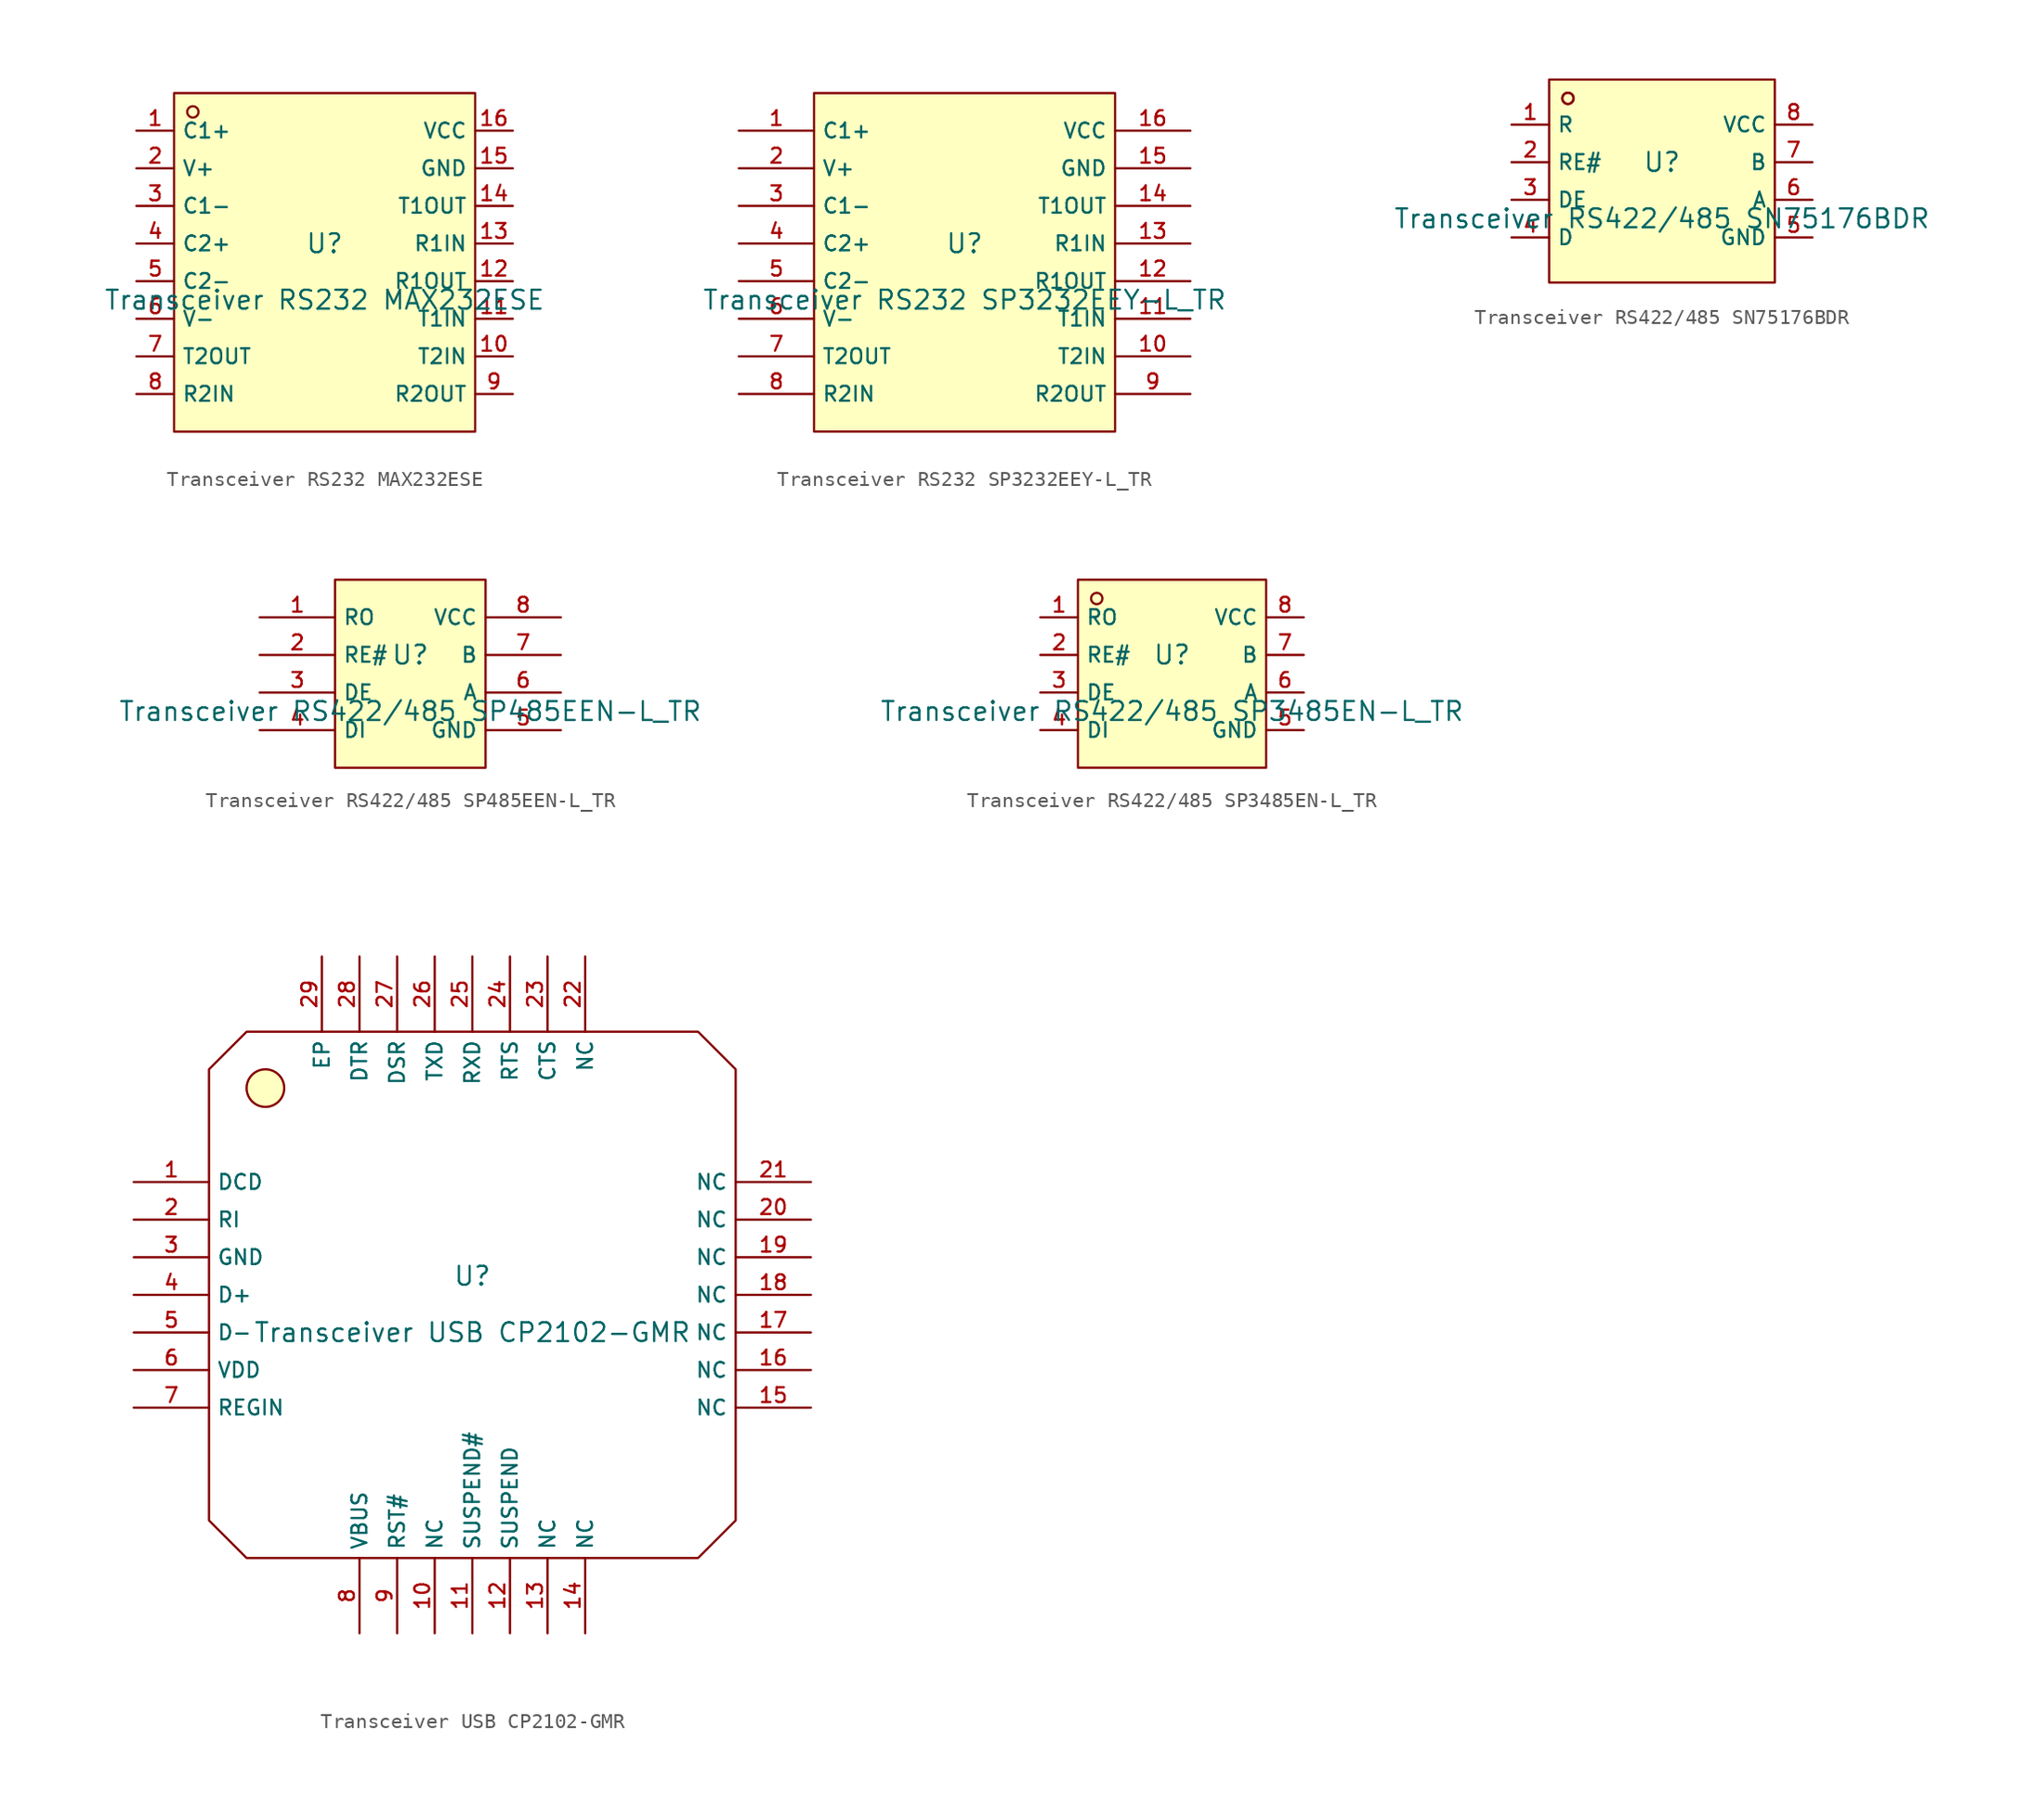
<source format=kicad_sym>
(kicad_symbol_lib
  (version 20220914)
  (generator kicad_symbol_editor)
  (symbol "Transceiver RS232 MAX232ESE"
    (property "Reference" "U"
      (at 0 1.27 0)
      (effects (font (size 1.27 1.27))))
    (property "Value" "Transceiver RS232 MAX232ESE"
      (at 0 -2.54 0)
      (effects (font (size 1.27 1.27))))
    (symbol "Transceiver RS232 MAX232ESE_0_1"
      (rectangle (start -10.16 11.43) (end 10.16 -11.43) (stroke (width 0) (type default)) (fill (type background)))
      (circle (center -8.89 10.16) (radius 0.381) (stroke (width 0) (type default)) (fill (type background)))
      (pin unspecified line (at -12.7 8.89 0) (length 2.54) (name "C1+" (effects (font (size 1 1)))) (number "1" (effects (font (size 1 1)))))
      (pin unspecified line (at 12.7 -6.35 180) (length 2.54) (name "T2IN" (effects (font (size 1 1)))) (number "10" (effects (font (size 1 1)))))
      (pin unspecified line (at 12.7 -3.81 180) (length 2.54) (name "T1IN" (effects (font (size 1 1)))) (number "11" (effects (font (size 1 1)))))
      (pin unspecified line (at 12.7 -1.27 180) (length 2.54) (name "R1OUT" (effects (font (size 1 1)))) (number "12" (effects (font (size 1 1)))))
      (pin unspecified line (at 12.7 1.27 180) (length 2.54) (name "R1IN" (effects (font (size 1 1)))) (number "13" (effects (font (size 1 1)))))
      (pin unspecified line (at 12.7 3.81 180) (length 2.54) (name "T1OUT" (effects (font (size 1 1)))) (number "14" (effects (font (size 1 1)))))
      (pin unspecified line (at 12.7 6.35 180) (length 2.54) (name "GND" (effects (font (size 1 1)))) (number "15" (effects (font (size 1 1)))))
      (pin unspecified line (at 12.7 8.89 180) (length 2.54) (name "VCC" (effects (font (size 1 1)))) (number "16" (effects (font (size 1 1)))))
      (pin unspecified line (at -12.7 6.35 0) (length 2.54) (name "V+" (effects (font (size 1 1)))) (number "2" (effects (font (size 1 1)))))
      (pin unspecified line (at -12.7 3.81 0) (length 2.54) (name "C1-" (effects (font (size 1 1)))) (number "3" (effects (font (size 1 1)))))
      (pin unspecified line (at -12.7 1.27 0) (length 2.54) (name "C2+" (effects (font (size 1 1)))) (number "4" (effects (font (size 1 1)))))
      (pin unspecified line (at -12.7 -1.27 0) (length 2.54) (name "C2-" (effects (font (size 1 1)))) (number "5" (effects (font (size 1 1)))))
      (pin unspecified line (at -12.7 -3.81 0) (length 2.54) (name "V-" (effects (font (size 1 1)))) (number "6" (effects (font (size 1 1)))))
      (pin unspecified line (at -12.7 -6.35 0) (length 2.54) (name "T2OUT" (effects (font (size 1 1)))) (number "7" (effects (font (size 1 1)))))
      (pin unspecified line (at -12.7 -8.89 0) (length 2.54) (name "R2IN" (effects (font (size 1 1)))) (number "8" (effects (font (size 1 1)))))
      (pin unspecified line (at 12.7 -8.89 180) (length 2.54) (name "R2OUT" (effects (font (size 1 1)))) (number "9" (effects (font (size 1 1)))))))
  (symbol "Transceiver RS232 SP3232EEY-L_TR"
    (property "Reference" "U"
      (at 0 1.27 0)
      (effects (font (size 1.27 1.27))))
    (property "Value" "Transceiver RS232 SP3232EEY-L_TR"
      (at 0 -2.54 0)
      (effects (font (size 1.27 1.27))))
    (symbol "Transceiver RS232 SP3232EEY-L_TR_0_1"
      (rectangle (start -10.16 11.43) (end 10.16 -11.43) (stroke (width 0) (type default)) (fill (type background)))
      (pin unspecified line (at -15.24 8.89 0) (length 5.08) (name "C1+" (effects (font (size 1 1)))) (number "1" (effects (font (size 1 1)))))
      (pin unspecified line (at 15.24 -6.35 180) (length 5.08) (name "T2IN" (effects (font (size 1 1)))) (number "10" (effects (font (size 1 1)))))
      (pin unspecified line (at 15.24 -3.81 180) (length 5.08) (name "T1IN" (effects (font (size 1 1)))) (number "11" (effects (font (size 1 1)))))
      (pin unspecified line (at 15.24 -1.27 180) (length 5.08) (name "R1OUT" (effects (font (size 1 1)))) (number "12" (effects (font (size 1 1)))))
      (pin unspecified line (at 15.24 1.27 180) (length 5.08) (name "R1IN" (effects (font (size 1 1)))) (number "13" (effects (font (size 1 1)))))
      (pin unspecified line (at 15.24 3.81 180) (length 5.08) (name "T1OUT" (effects (font (size 1 1)))) (number "14" (effects (font (size 1 1)))))
      (pin unspecified line (at 15.24 6.35 180) (length 5.08) (name "GND" (effects (font (size 1 1)))) (number "15" (effects (font (size 1 1)))))
      (pin unspecified line (at 15.24 8.89 180) (length 5.08) (name "VCC" (effects (font (size 1 1)))) (number "16" (effects (font (size 1 1)))))
      (pin unspecified line (at -15.24 6.35 0) (length 5.08) (name "V+" (effects (font (size 1 1)))) (number "2" (effects (font (size 1 1)))))
      (pin unspecified line (at -15.24 3.81 0) (length 5.08) (name "C1-" (effects (font (size 1 1)))) (number "3" (effects (font (size 1 1)))))
      (pin unspecified line (at -15.24 1.27 0) (length 5.08) (name "C2+" (effects (font (size 1 1)))) (number "4" (effects (font (size 1 1)))))
      (pin unspecified line (at -15.24 -1.27 0) (length 5.08) (name "C2-" (effects (font (size 1 1)))) (number "5" (effects (font (size 1 1)))))
      (pin unspecified line (at -15.24 -3.81 0) (length 5.08) (name "V-" (effects (font (size 1 1)))) (number "6" (effects (font (size 1 1)))))
      (pin unspecified line (at -15.24 -6.35 0) (length 5.08) (name "T2OUT" (effects (font (size 1 1)))) (number "7" (effects (font (size 1 1)))))
      (pin unspecified line (at -15.24 -8.89 0) (length 5.08) (name "R2IN" (effects (font (size 1 1)))) (number "8" (effects (font (size 1 1)))))
      (pin unspecified line (at 15.24 -8.89 180) (length 5.08) (name "R2OUT" (effects (font (size 1 1)))) (number "9" (effects (font (size 1 1)))))))
  (symbol "Transceiver RS422/485 SN75176BDR"
    (property "Reference" "U"
      (at 0 1.27 0)
      (effects (font (size 1.27 1.27))))
    (property "Value" "Transceiver RS422/485 SN75176BDR"
      (at 0 -2.54 0)
      (effects (font (size 1.27 1.27))))
    (symbol "Transceiver RS422/485 SN75176BDR_0_1"
      (rectangle (start -7.62 6.858) (end 7.62 -6.858) (stroke (width 0) (type default)) (fill (type background)))
      (circle (center -6.35 5.588) (radius 0.381) (stroke (width 0) (type default)) (fill (type background)))
      (circle (center -6.35 5.588) (radius 0.381) (stroke (width 0) (type default)) (fill (type background)))
      (pin unspecified line (at -10.16 3.81 0) (length 2.54) (name "R" (effects (font (size 1 1)))) (number "1" (effects (font (size 1 1)))))
      (pin unspecified line (at -10.16 1.27 0) (length 2.54) (name "RE#" (effects (font (size 1 1)))) (number "2" (effects (font (size 1 1)))))
      (pin unspecified line (at -10.16 -1.27 0) (length 2.54) (name "DE" (effects (font (size 1 1)))) (number "3" (effects (font (size 1 1)))))
      (pin unspecified line (at -10.16 -3.81 0) (length 2.54) (name "D" (effects (font (size 1 1)))) (number "4" (effects (font (size 1 1)))))
      (pin unspecified line (at 10.16 -3.81 180) (length 2.54) (name "GND" (effects (font (size 1 1)))) (number "5" (effects (font (size 1 1)))))
      (pin unspecified line (at 10.16 -1.27 180) (length 2.54) (name "A" (effects (font (size 1 1)))) (number "6" (effects (font (size 1 1)))))
      (pin unspecified line (at 10.16 1.27 180) (length 2.54) (name "B" (effects (font (size 1 1)))) (number "7" (effects (font (size 1 1)))))
      (pin unspecified line (at 10.16 3.81 180) (length 2.54) (name "VCC" (effects (font (size 1 1)))) (number "8" (effects (font (size 1 1)))))))
  (symbol "Transceiver RS422/485 SP485EEN-L_TR"
    (property "Reference" "U"
      (at 0 1.27 0)
      (effects (font (size 1.27 1.27))))
    (property "Value" "Transceiver RS422/485 SP485EEN-L_TR"
      (at 0 -2.54 0)
      (effects (font (size 1.27 1.27))))
    (symbol "Transceiver RS422/485 SP485EEN-L_TR_0_1"
      (rectangle (start -5.08 6.35) (end 5.08 -6.35) (stroke (width 0) (type default)) (fill (type background)))
      (pin unspecified line (at -10.16 3.81 0) (length 5.08) (name "RO" (effects (font (size 1 1)))) (number "1" (effects (font (size 1 1)))))
      (pin unspecified line (at -10.16 1.27 0) (length 5.08) (name "RE#" (effects (font (size 1 1)))) (number "2" (effects (font (size 1 1)))))
      (pin unspecified line (at -10.16 -1.27 0) (length 5.08) (name "DE" (effects (font (size 1 1)))) (number "3" (effects (font (size 1 1)))))
      (pin unspecified line (at -10.16 -3.81 0) (length 5.08) (name "DI" (effects (font (size 1 1)))) (number "4" (effects (font (size 1 1)))))
      (pin unspecified line (at 10.16 -3.81 180) (length 5.08) (name "GND" (effects (font (size 1 1)))) (number "5" (effects (font (size 1 1)))))
      (pin unspecified line (at 10.16 -1.27 180) (length 5.08) (name "A" (effects (font (size 1 1)))) (number "6" (effects (font (size 1 1)))))
      (pin unspecified line (at 10.16 1.27 180) (length 5.08) (name "B" (effects (font (size 1 1)))) (number "7" (effects (font (size 1 1)))))
      (pin unspecified line (at 10.16 3.81 180) (length 5.08) (name "VCC" (effects (font (size 1 1)))) (number "8" (effects (font (size 1 1)))))))
  (symbol "Transceiver RS422/485 SP3485EN-L_TR"
    (property "Reference" "U"
      (at 0 1.27 0)
      (effects (font (size 1.27 1.27))))
    (property "Value" "Transceiver RS422/485 SP3485EN-L_TR"
      (at 0 -2.54 0)
      (effects (font (size 1.27 1.27))))
    (symbol "Transceiver RS422/485 SP3485EN-L_TR_0_1"
      (rectangle (start -6.35 6.35) (end 6.35 -6.35) (stroke (width 0) (type default)) (fill (type background)))
      (circle (center -5.08 5.08) (radius 0.381) (stroke (width 0) (type default)) (fill (type background)))
      (pin unspecified line (at -8.89 3.81 0) (length 2.54) (name "RO" (effects (font (size 1 1)))) (number "1" (effects (font (size 1 1)))))
      (pin unspecified line (at -8.89 1.27 0) (length 2.54) (name "RE#" (effects (font (size 1 1)))) (number "2" (effects (font (size 1 1)))))
      (pin unspecified line (at -8.89 -1.27 0) (length 2.54) (name "DE" (effects (font (size 1 1)))) (number "3" (effects (font (size 1 1)))))
      (pin unspecified line (at -8.89 -3.81 0) (length 2.54) (name "DI" (effects (font (size 1 1)))) (number "4" (effects (font (size 1 1)))))
      (pin unspecified line (at 8.89 -3.81 180) (length 2.54) (name "GND" (effects (font (size 1 1)))) (number "5" (effects (font (size 1 1)))))
      (pin unspecified line (at 8.89 -1.27 180) (length 2.54) (name "A" (effects (font (size 1 1)))) (number "6" (effects (font (size 1 1)))))
      (pin unspecified line (at 8.89 1.27 180) (length 2.54) (name "B" (effects (font (size 1 1)))) (number "7" (effects (font (size 1 1)))))
      (pin unspecified line (at 8.89 3.81 180) (length 2.54) (name "VCC" (effects (font (size 1 1)))) (number "8" (effects (font (size 1 1)))))))
  (symbol "Transceiver USB CP2102-GMR"
    (property "Reference" "U"
      (at 0 1.27 0)
      (effects (font (size 1.27 1.27))))
    (property "Value" "Transceiver USB CP2102-GMR"
      (at 0 -2.54 0)
      (effects (font (size 1.27 1.27))))
    (symbol "Transceiver USB CP2102-GMR_0_1"
      (circle (center -13.97 13.97) (radius 1.27) (stroke (width 0) (type default)) (fill (type background)))
      (polyline (pts (xy -15.24 17.78) (xy 15.24 17.78) (xy 17.78 15.24) (xy 17.78 -15.24) (xy 15.24 -17.78) (xy -15.24 -17.78) (xy -17.78 -15.24) (xy -17.78 15.24) (xy -15.24 17.78)) (stroke (width 0) (type default)) (fill (type none)))
      (pin unspecified line (at -22.86 7.62 0) (length 5.08) (name "DCD" (effects (font (size 1 1)))) (number "1" (effects (font (size 1 1)))))
      (pin unspecified line (at -2.54 -22.86 90) (length 5.08) (name "NC" (effects (font (size 1 1)))) (number "10" (effects (font (size 1 1)))))
      (pin unspecified line (at 0 -22.86 90) (length 5.08) (name "SUSPEND#" (effects (font (size 1 1)))) (number "11" (effects (font (size 1 1)))))
      (pin unspecified line (at 2.54 -22.86 90) (length 5.08) (name "SUSPEND" (effects (font (size 1 1)))) (number "12" (effects (font (size 1 1)))))
      (pin unspecified line (at 5.08 -22.86 90) (length 5.08) (name "NC" (effects (font (size 1 1)))) (number "13" (effects (font (size 1 1)))))
      (pin unspecified line (at 7.62 -22.86 90) (length 5.08) (name "NC" (effects (font (size 1 1)))) (number "14" (effects (font (size 1 1)))))
      (pin unspecified line (at 22.86 -7.62 180) (length 5.08) (name "NC" (effects (font (size 1 1)))) (number "15" (effects (font (size 1 1)))))
      (pin unspecified line (at 22.86 -5.08 180) (length 5.08) (name "NC" (effects (font (size 1 1)))) (number "16" (effects (font (size 1 1)))))
      (pin unspecified line (at 22.86 -2.54 180) (length 5.08) (name "NC" (effects (font (size 1 1)))) (number "17" (effects (font (size 1 1)))))
      (pin unspecified line (at 22.86 0 180) (length 5.08) (name "NC" (effects (font (size 1 1)))) (number "18" (effects (font (size 1 1)))))
      (pin unspecified line (at 22.86 2.54 180) (length 5.08) (name "NC" (effects (font (size 1 1)))) (number "19" (effects (font (size 1 1)))))
      (pin unspecified line (at -22.86 5.08 0) (length 5.08) (name "RI" (effects (font (size 1 1)))) (number "2" (effects (font (size 1 1)))))
      (pin unspecified line (at 22.86 5.08 180) (length 5.08) (name "NC" (effects (font (size 1 1)))) (number "20" (effects (font (size 1 1)))))
      (pin unspecified line (at 22.86 7.62 180) (length 5.08) (name "NC" (effects (font (size 1 1)))) (number "21" (effects (font (size 1 1)))))
      (pin unspecified line (at 7.62 22.86 270) (length 5.08) (name "NC" (effects (font (size 1 1)))) (number "22" (effects (font (size 1 1)))))
      (pin unspecified line (at 5.08 22.86 270) (length 5.08) (name "CTS" (effects (font (size 1 1)))) (number "23" (effects (font (size 1 1)))))
      (pin unspecified line (at 2.54 22.86 270) (length 5.08) (name "RTS" (effects (font (size 1 1)))) (number "24" (effects (font (size 1 1)))))
      (pin unspecified line (at 0 22.86 270) (length 5.08) (name "RXD" (effects (font (size 1 1)))) (number "25" (effects (font (size 1 1)))))
      (pin unspecified line (at -2.54 22.86 270) (length 5.08) (name "TXD" (effects (font (size 1 1)))) (number "26" (effects (font (size 1 1)))))
      (pin unspecified line (at -5.08 22.86 270) (length 5.08) (name "DSR" (effects (font (size 1 1)))) (number "27" (effects (font (size 1 1)))))
      (pin unspecified line (at -7.62 22.86 270) (length 5.08) (name "DTR" (effects (font (size 1 1)))) (number "28" (effects (font (size 1 1)))))
      (pin unspecified line (at -10.16 22.86 270) (length 5.08) (name "EP" (effects (font (size 1 1)))) (number "29" (effects (font (size 1 1)))))
      (pin unspecified line (at -22.86 2.54 0) (length 5.08) (name "GND" (effects (font (size 1 1)))) (number "3" (effects (font (size 1 1)))))
      (pin unspecified line (at -22.86 0 0) (length 5.08) (name "D+" (effects (font (size 1 1)))) (number "4" (effects (font (size 1 1)))))
      (pin unspecified line (at -22.86 -2.54 0) (length 5.08) (name "D-" (effects (font (size 1 1)))) (number "5" (effects (font (size 1 1)))))
      (pin unspecified line (at -22.86 -5.08 0) (length 5.08) (name "VDD" (effects (font (size 1 1)))) (number "6" (effects (font (size 1 1)))))
      (pin unspecified line (at -22.86 -7.62 0) (length 5.08) (name "REGIN" (effects (font (size 1 1)))) (number "7" (effects (font (size 1 1)))))
      (pin unspecified line (at -7.62 -22.86 90) (length 5.08) (name "VBUS" (effects (font (size 1 1)))) (number "8" (effects (font (size 1 1)))))
      (pin unspecified line (at -5.08 -22.86 90) (length 5.08) (name "RST#" (effects (font (size 1 1)))) (number "9" (effects (font (size 1 1))))))))
</source>
